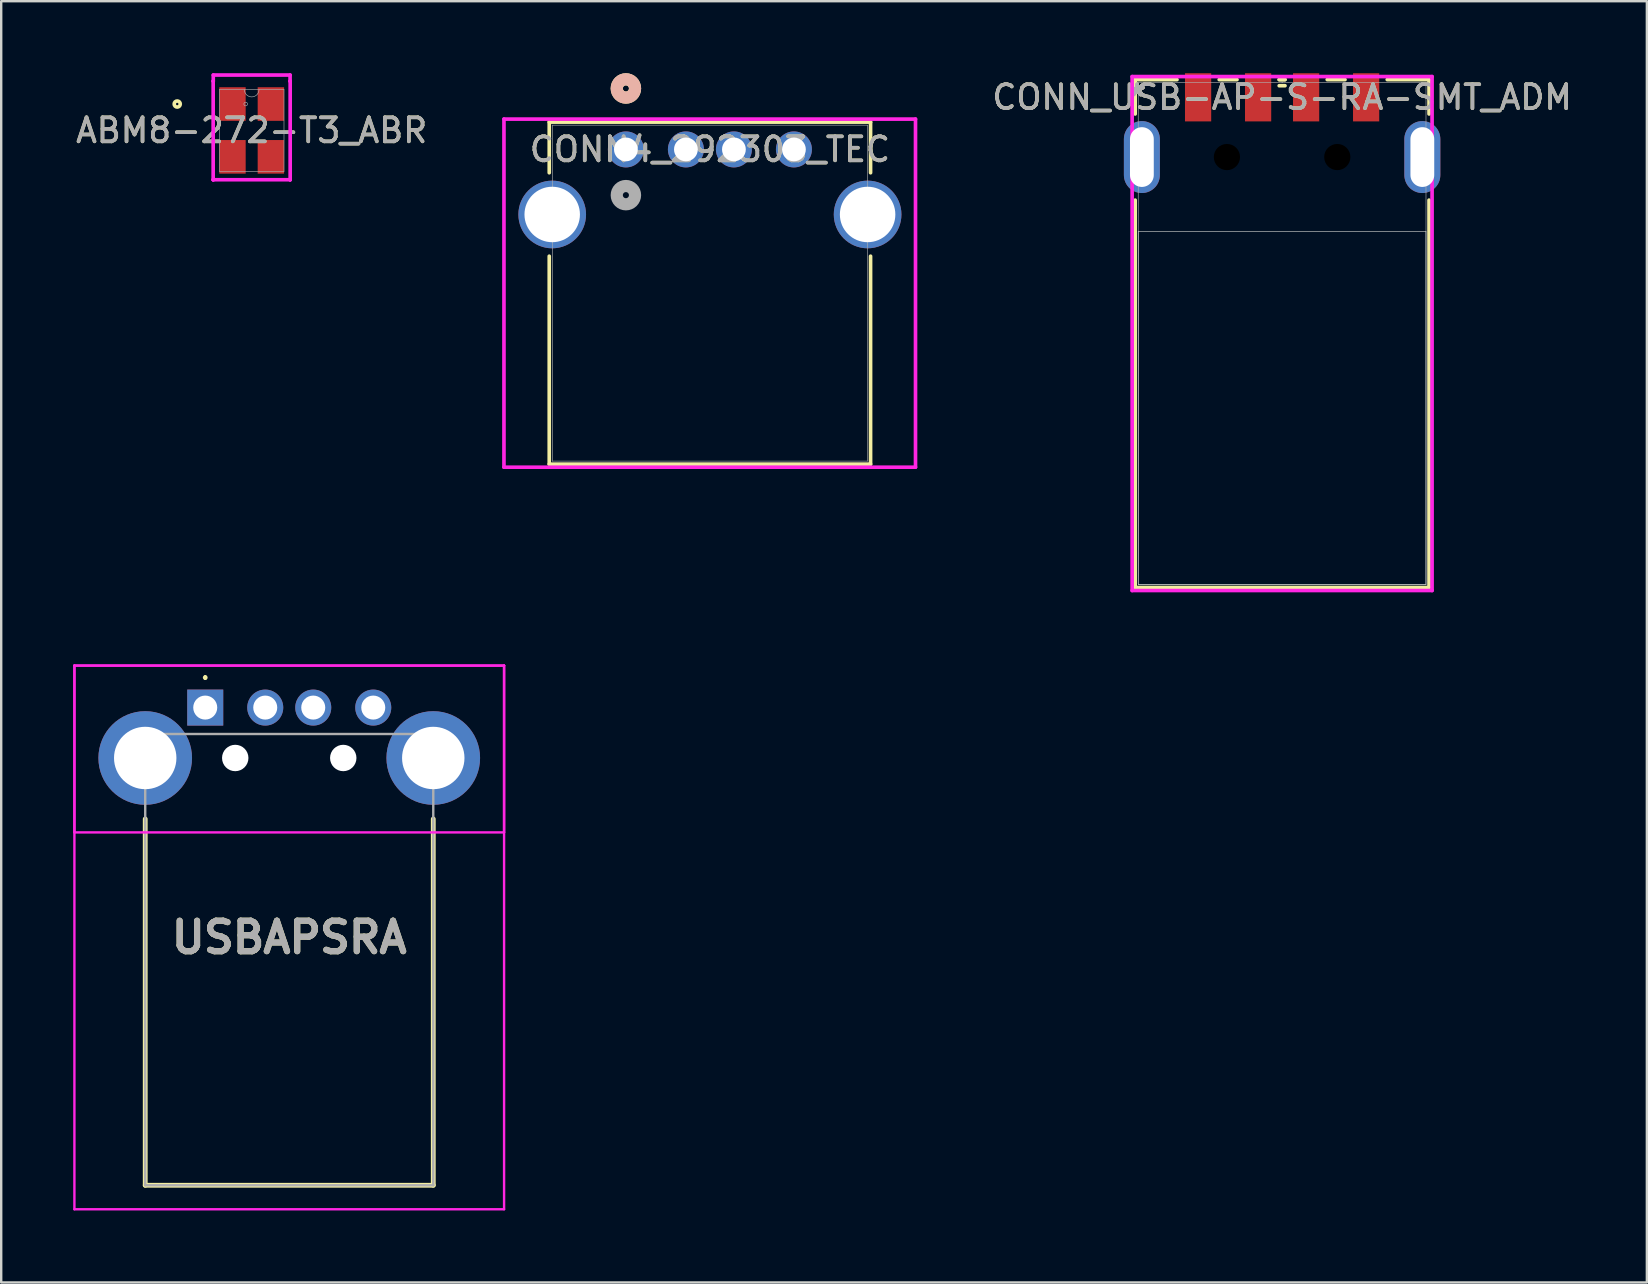
<source format=kicad_pcb>
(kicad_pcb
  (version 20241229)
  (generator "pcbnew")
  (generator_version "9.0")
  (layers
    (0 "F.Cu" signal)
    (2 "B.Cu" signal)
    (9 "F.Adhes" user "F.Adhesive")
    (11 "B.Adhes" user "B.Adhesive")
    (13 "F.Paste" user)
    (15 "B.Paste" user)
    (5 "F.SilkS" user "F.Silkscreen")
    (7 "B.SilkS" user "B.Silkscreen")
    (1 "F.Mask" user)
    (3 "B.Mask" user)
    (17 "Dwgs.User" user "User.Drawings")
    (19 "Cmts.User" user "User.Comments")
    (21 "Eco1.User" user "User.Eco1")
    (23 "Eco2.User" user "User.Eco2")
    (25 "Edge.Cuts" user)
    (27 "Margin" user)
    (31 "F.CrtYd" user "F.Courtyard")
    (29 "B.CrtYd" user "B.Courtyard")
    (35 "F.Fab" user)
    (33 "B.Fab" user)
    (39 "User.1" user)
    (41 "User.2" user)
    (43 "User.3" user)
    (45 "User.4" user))
  (footprint "USBAPSRA"
    (layer "F.Cu")
    (at 5.5 26.428)
    (property "Reference" "USBAPSRA" (at 3.5 9.575 0) (layer "F.SilkS") (effects (font (size 1.27 1.27) (thickness 0.254))))
    (attr through_hole)
    (fp_line (start -2.5 4.64) (end -2.5 19.9) (stroke (width 0.2) (type solid)) (layer "F.SilkS"))
    (fp_line (start -2.5 19.9) (end 9.5 19.9) (stroke (width 0.2) (type solid)) (layer "F.SilkS"))
    (fp_line (start 0 -1.3) (end 0 -1.3) (stroke (width 0.1) (type solid)) (layer "F.SilkS"))
    (fp_line (start 0 -1.2) (end 0 -1.2) (stroke (width 0.1) (type solid)) (layer "F.SilkS"))
    (fp_line (start 9.5 19.9) (end 9.5 4.64) (stroke (width 0.2) (type solid)) (layer "F.SilkS"))
    (fp_arc (start 0 -1.3) (mid 0.05 -1.25) (end 0 -1.2) (stroke (width 0.1) (type solid)) (layer "F.SilkS"))
    (fp_arc (start 0 -1.2) (mid -0.05 -1.25) (end 0 -1.3) (stroke (width 0.1) (type solid)) (layer "F.SilkS"))
    (fp_line (start -5.45 -1.75) (end 12.45 -1.75) (stroke (width 0.1) (type solid)) (layer "F.CrtYd"))
    (fp_line (start -5.45 -1.75) (end 12.45 -1.75) (stroke (width 0.1) (type solid)) (layer "F.CrtYd"))
    (fp_line (start -5.45 5.2) (end -5.45 -1.75) (stroke (width 0.1) (type solid)) (layer "F.CrtYd"))
    (fp_line (start -5.45 20.9) (end -5.45 -1.75) (stroke (width 0.1) (type solid)) (layer "F.CrtYd"))
    (fp_line (start 12.45 -1.75) (end 12.45 5.2) (stroke (width 0.1) (type solid)) (layer "F.CrtYd"))
    (fp_line (start 12.45 -1.75) (end 12.45 20.9) (stroke (width 0.1) (type solid)) (layer "F.CrtYd"))
    (fp_line (start 12.45 5.2) (end -5.45 5.2) (stroke (width 0.1) (type solid)) (layer "F.CrtYd"))
    (fp_line (start 12.45 20.9) (end -5.45 20.9) (stroke (width 0.1) (type solid)) (layer "F.CrtYd"))
    (fp_line (start -2.5 1.1) (end 9.5 1.1) (stroke (width 0.1) (type solid)) (layer "F.Fab"))
    (fp_line (start -2.5 19.9) (end -2.5 1.1) (stroke (width 0.1) (type solid)) (layer "F.Fab"))
    (fp_line (start 9.5 1.1) (end 9.5 19.9) (stroke (width 0.1) (type solid)) (layer "F.Fab"))
    (fp_line (start 9.5 19.9) (end -2.5 19.9) (stroke (width 0.1) (type solid)) (layer "F.Fab"))
    (fp_text user "${REFERENCE}" (at 3.5 9.575 0) (layer "F.Fab") (effects (font (size 1.27 1.27) (thickness 0.254))))
    (pad "" np_thru_hole circle (at 1.25 2.1) (size 1.1 1.1) (drill 1.1) (layers "*.Cu" "*.Mask"))
    (pad "" np_thru_hole circle (at 5.75 2.1) (size 1.1 1.1) (drill 1.1) (layers "*.Cu" "*.Mask"))
    (pad "1" thru_hole rect (at 0 0) (size 1.5 1.5) (drill 1) (layers "*.Cu" "*.Mask"))
    (pad "2" thru_hole circle (at 2.5 0) (size 1.5 1.5) (drill 1) (layers "*.Cu" "*.Mask"))
    (pad "3" thru_hole circle (at 4.5 0) (size 1.5 1.5) (drill 1) (layers "*.Cu" "*.Mask"))
    (pad "4" thru_hole circle (at 7 0) (size 1.5 1.5) (drill 1) (layers "*.Cu" "*.Mask"))
    (pad "5" thru_hole circle (at -2.5 2.1) (size 3.9 3.9) (drill 2.6) (layers "*.Cu" "*.Mask"))
    (pad "6" thru_hole circle (at 9.5 2.1) (size 3.9 3.9) (drill 2.6) (layers "*.Cu" "*.Mask")))
  (footprint "CONN4_292303_TEC"
    (layer "F.Cu")
    (at 23.025 3.175)
    (property "Reference" "CONN4_292303_TEC" (at 3.5 0 0) (unlocked yes) (layer "F.SilkS") (effects (font (size 1 1) (thickness 0.15))))
    (attr through_hole)
    (fp_line (start -3.193 -1.137) (end -3.193 0.972) (stroke (width 0.152) (type solid)) (layer "F.SilkS"))
    (fp_line (start -3.193 4.448) (end -3.193 13.112) (stroke (width 0.152) (type solid)) (layer "F.SilkS"))
    (fp_line (start -3.193 13.112) (end 10.193 13.112) (stroke (width 0.152) (type solid)) (layer "F.SilkS"))
    (fp_line (start 10.193 -1.137) (end -3.193 -1.137) (stroke (width 0.152) (type solid)) (layer "F.SilkS"))
    (fp_line (start 10.193 0.972) (end 10.193 -1.137) (stroke (width 0.152) (type solid)) (layer "F.SilkS"))
    (fp_line (start 10.193 13.112) (end 10.193 4.448) (stroke (width 0.152) (type solid)) (layer "F.SilkS"))
    (fp_circle (center 0 -2.54) (end 0.381 -2.54) (stroke (width 0.508) (type solid)) (fill no) (layer "F.SilkS"))
    (fp_circle (center 0 -2.54) (end 0.381 -2.54) (stroke (width 0.508) (type solid)) (fill no) (layer "B.SilkS"))
    (fp_line (start -5.08 -1.264) (end -5.08 13.239) (stroke (width 0.152) (type solid)) (layer "F.CrtYd"))
    (fp_line (start -5.08 13.239) (end 12.065 13.239) (stroke (width 0.152) (type solid)) (layer "F.CrtYd"))
    (fp_line (start 12.065 -1.264) (end -5.08 -1.264) (stroke (width 0.152) (type solid)) (layer "F.CrtYd"))
    (fp_line (start 12.065 13.239) (end 12.065 -1.264) (stroke (width 0.152) (type solid)) (layer "F.CrtYd"))
    (fp_line (start -3.066 -1.01) (end -3.066 12.985) (stroke (width 0.025) (type solid)) (layer "F.Fab"))
    (fp_line (start -3.066 12.985) (end 10.066 12.985) (stroke (width 0.025) (type solid)) (layer "F.Fab"))
    (fp_line (start 10.066 -1.01) (end -3.066 -1.01) (stroke (width 0.025) (type solid)) (layer "F.Fab"))
    (fp_line (start 10.066 12.985) (end 10.066 -1.01) (stroke (width 0.025) (type solid)) (layer "F.Fab"))
    (fp_circle (center 0 1.905) (end 0.381 1.905) (stroke (width 0.508) (type solid)) (fill no) (layer "F.Fab"))
    (fp_text user "${REFERENCE}" (at 3.5 0 0) (unlocked yes) (layer "F.Fab") (effects (font (size 1 1) (thickness 0.15))))
    (pad "1" thru_hole circle (at 0 0) (size 1.499 1.499) (drill 0.991) (layers "*.Cu" "*.Mask"))
    (pad "2" thru_hole circle (at 2.5 0) (size 1.499 1.499) (drill 0.991) (layers "*.Cu" "*.Mask"))
    (pad "3" thru_hole circle (at 4.5 0) (size 1.499 1.499) (drill 0.991) (layers "*.Cu" "*.Mask"))
    (pad "4" thru_hole circle (at 7 0) (size 1.499 1.499) (drill 0.991) (layers "*.Cu" "*.Mask"))
    (pad "5" thru_hole circle (at -3.07 2.71) (size 2.819 2.819) (drill 2.311) (layers "*.Cu" "*.Mask"))
    (pad "6" thru_hole circle (at 10.07 2.71) (size 2.819 2.819) (drill 2.311) (layers "*.Cu" "*.Mask")))
  (footprint "ABM8-272-T3_ABR"
    (layer "F.Cu")
    (at 7.435 2.384)
    (property "Reference" "ABM8-272-T3_ABR" (at 0 0 0) (unlocked yes) (layer "F.SilkS") (effects (font (size 1 1) (thickness 0.15))))
    (attr smd)
    (fp_circle (center -3.102 -1.1) (end -2.975 -1.1) (stroke (width 0.152) (type solid)) (fill no) (layer "F.SilkS"))
    (fp_line (start -1.604 -2.054) (end -1.6 -2.054) (stroke (width 0.152) (type solid)) (layer "F.CrtYd"))
    (fp_line (start -1.604 2.054) (end -1.604 -2.054) (stroke (width 0.152) (type solid)) (layer "F.CrtYd"))
    (fp_line (start -1.604 2.054) (end -1.6 2.054) (stroke (width 0.152) (type solid)) (layer "F.CrtYd"))
    (fp_line (start -1.6 -2.308) (end 1.6 -2.308) (stroke (width 0.152) (type solid)) (layer "F.CrtYd"))
    (fp_line (start -1.6 -2.054) (end -1.6 -2.308) (stroke (width 0.152) (type solid)) (layer "F.CrtYd"))
    (fp_line (start -1.6 2.054) (end -1.6 2.054) (stroke (width 0.152) (type solid)) (layer "F.CrtYd"))
    (fp_line (start 1.6 -2.308) (end 1.6 -2.054) (stroke (width 0.152) (type solid)) (layer "F.CrtYd"))
    (fp_line (start 1.6 2.054) (end -1.6 2.054) (stroke (width 0.152) (type solid)) (layer "F.CrtYd"))
    (fp_line (start 1.6 2.054) (end 1.6 2.054) (stroke (width 0.152) (type solid)) (layer "F.CrtYd"))
    (fp_line (start 1.604 -2.054) (end 1.6 -2.054) (stroke (width 0.152) (type solid)) (layer "F.CrtYd"))
    (fp_line (start 1.604 -2.054) (end 1.604 2.054) (stroke (width 0.152) (type solid)) (layer "F.CrtYd"))
    (fp_line (start 1.604 2.054) (end 1.6 2.054) (stroke (width 0.152) (type solid)) (layer "F.CrtYd"))
    (fp_line (start -1.346 -1.702) (end -1.346 1.702) (stroke (width 0.025) (type solid)) (layer "F.Fab"))
    (fp_line (start -1.346 1.702) (end 1.346 1.702) (stroke (width 0.025) (type solid)) (layer "F.Fab"))
    (fp_line (start 1.346 -1.702) (end -1.346 -1.702) (stroke (width 0.025) (type solid)) (layer "F.Fab"))
    (fp_line (start 1.346 1.702) (end 1.346 -1.702) (stroke (width 0.025) (type solid)) (layer "F.Fab"))
    (fp_arc (start 0.3048 -1.7018) (mid 0 -1.397) (end -0.3048 -1.7018) (stroke (width 0.0254) (type solid)) (layer "F.Fab"))
    (fp_circle (center -0.25 -1.1) (end -0.174 -1.1) (stroke (width 0.025) (type solid)) (fill no) (layer "F.Fab"))
    (fp_text user "${REFERENCE}" (at 0 0 0) (unlocked yes) (layer "F.Fab") (effects (font (size 1 1) (thickness 0.15))))
    (pad "1" smd rect (at -0.8 -1.1) (size 1.1 1.4) (layers "F.Cu" "F.Mask" "F.Paste"))
    (pad "2" smd rect (at -0.8 1.1) (size 1.1 1.4) (layers "F.Cu" "F.Mask" "F.Paste"))
    (pad "3" smd rect (at 0.8 1.1) (size 1.1 1.4) (layers "F.Cu" "F.Mask" "F.Paste"))
    (pad "4" smd rect (at 0.8 -1.1) (size 1.1 1.4) (layers "F.Cu" "F.Mask" "F.Paste")))
  (footprint "CONN_USB-AP-S-RA-SMT_ADM"
    (layer "F.Cu")
    (at 50.363 10.846)
    (property "Reference" "CONN_USB-AP-S-RA-SMT_ADM" (at 0 -9.842 0) (unlocked yes) (layer "F.SilkS") (effects (font (size 1 1) (thickness 0.15))))
    (attr smd)
    (fp_line (start -6.121 -10.579) (end -6.121 -9.148) (stroke (width 0.152) (type solid)) (layer "F.SilkS"))
    (fp_line (start -6.121 -5.559) (end -6.121 10.579) (stroke (width 0.152) (type solid)) (layer "F.SilkS"))
    (fp_line (start -6.121 10.579) (end 6.121 10.579) (stroke (width 0.152) (type solid)) (layer "F.SilkS"))
    (fp_line (start -4.379 -10.579) (end -6.121 -10.579) (stroke (width 0.152) (type solid)) (layer "F.SilkS"))
    (fp_line (start -1.879 -10.579) (end -2.621 -10.579) (stroke (width 0.152) (type solid)) (layer "F.SilkS"))
    (fp_line (start -0.121 -10.325) (end 0.121 -10.325) (stroke (width 0.152) (type solid)) (layer "F.SilkS"))
    (fp_line (start 0.121 -10.579) (end -0.121 -10.579) (stroke (width 0.152) (type solid)) (layer "F.SilkS"))
    (fp_line (start 0.121 -10.579) (end -0.121 -10.579) (stroke (width 0.152) (type solid)) (layer "F.SilkS"))
    (fp_line (start 2.621 -10.579) (end 1.879 -10.579) (stroke (width 0.152) (type solid)) (layer "F.SilkS"))
    (fp_line (start 6.121 -10.579) (end 4.379 -10.579) (stroke (width 0.152) (type solid)) (layer "F.SilkS"))
    (fp_line (start 6.121 -9.148) (end 6.121 -10.579) (stroke (width 0.152) (type solid)) (layer "F.SilkS"))
    (fp_line (start 6.121 10.579) (end 6.121 -5.559) (stroke (width 0.152) (type solid)) (layer "F.SilkS"))
    (fp_line (start -5.994 -4.255) (end -5.994 10.452) (stroke (width 0.025) (type solid)) (layer "Edge.Cuts"))
    (fp_line (start -5.994 -4.255) (end 5.994 -4.255) (stroke (width 0.025) (type solid)) (layer "Edge.Cuts"))
    (fp_line (start -5.994 10.452) (end 5.994 10.452) (stroke (width 0.025) (type solid)) (layer "Edge.Cuts"))
    (fp_line (start 5.994 10.452) (end 5.994 -4.255) (stroke (width 0.025) (type solid)) (layer "Edge.Cuts"))
    (fp_line (start -6.248 -10.706) (end -6.248 10.706) (stroke (width 0.152) (type solid)) (layer "F.CrtYd"))
    (fp_line (start -6.248 10.706) (end 6.248 10.706) (stroke (width 0.152) (type solid)) (layer "F.CrtYd"))
    (fp_line (start 6.248 -10.706) (end -6.248 -10.706) (stroke (width 0.152) (type solid)) (layer "F.CrtYd"))
    (fp_line (start 6.248 10.706) (end 6.248 -10.706) (stroke (width 0.152) (type solid)) (layer "F.CrtYd"))
    (fp_line (start -5.994 -10.452) (end -5.994 10.452) (stroke (width 0.025) (type solid)) (layer "F.Fab"))
    (fp_line (start -5.994 10.452) (end 5.994 10.452) (stroke (width 0.025) (type solid)) (layer "F.Fab"))
    (fp_line (start 0 -10.452) (end 0 -10.452) (stroke (width 0.025) (type solid)) (layer "F.Fab"))
    (fp_line (start 0 -10.452) (end 0 -10.452) (stroke (width 0.025) (type solid)) (layer "F.Fab"))
    (fp_line (start 0 -10.452) (end 0 -10.452) (stroke (width 0.025) (type solid)) (layer "F.Fab"))
    (fp_line (start 0 -10.452) (end 0 -10.452) (stroke (width 0.025) (type solid)) (layer "F.Fab"))
    (fp_line (start 5.994 -10.452) (end -5.994 -10.452) (stroke (width 0.025) (type solid)) (layer "F.Fab"))
    (fp_line (start 5.994 10.452) (end 5.994 -10.452) (stroke (width 0.025) (type solid)) (layer "F.Fab"))
    (fp_text user "*" (at -6.04 -9.842 0) (layer "F.SilkS") (effects (font (size 1 1) (thickness 0.15))))
    (fp_text user "*" (at -6.04 -9.842 0) (unlocked yes) (layer "F.SilkS") (effects (font (size 1 1) (thickness 0.15))))
    (fp_text user "${REFERENCE}" (at 0 -9.842 0) (unlocked yes) (layer "F.Fab") (effects (font (size 1 1) (thickness 0.15))))
    (fp_text user "*" (at -6.04 -9.842 0) (unlocked yes) (layer "F.Fab") (effects (font (size 1 1) (thickness 0.15))))
    (fp_text user "*" (at -6.04 -9.842 0) (layer "F.Fab") (effects (font (size 1 1) (thickness 0.15))))
    (pad "" np_thru_hole oval (at -5.842 -7.353) (size 1.499 2.997) (drill oval 0.991 2.489) (layers "*.Cu" "*.Mask"))
    (pad "" np_thru_hole circle (at -2.299 -7.353) (size 1.092 1.092) (drill 1.092) (layers))
    (pad "" np_thru_hole circle (at 2.299 -7.353) (size 1.092 1.092) (drill 1.092) (layers))
    (pad "" np_thru_hole oval (at 5.842 -7.353) (size 1.499 2.997) (drill oval 0.991 2.489) (layers "*.Cu" "*.Mask"))
    (pad "1" smd rect (at -3.5 -9.842) (size 1.092 2.007) (layers "F.Cu" "F.Mask" "F.Paste"))
    (pad "2" smd rect (at -1 -9.842) (size 1.092 2.007) (layers "F.Cu" "F.Mask" "F.Paste"))
    (pad "3" smd rect (at 1 -9.842) (size 1.092 2.007) (layers "F.Cu" "F.Mask" "F.Paste"))
    (pad "4" smd rect (at 3.5 -9.842) (size 1.092 2.007) (layers "F.Cu" "F.Mask" "F.Paste")))
  (gr_rect
    (start -3 -3)
    (end 65.559 50.378)
    (stroke (width 0.1) (type default))
    (fill no)
    (layer "Edge.Cuts")))
</source>
